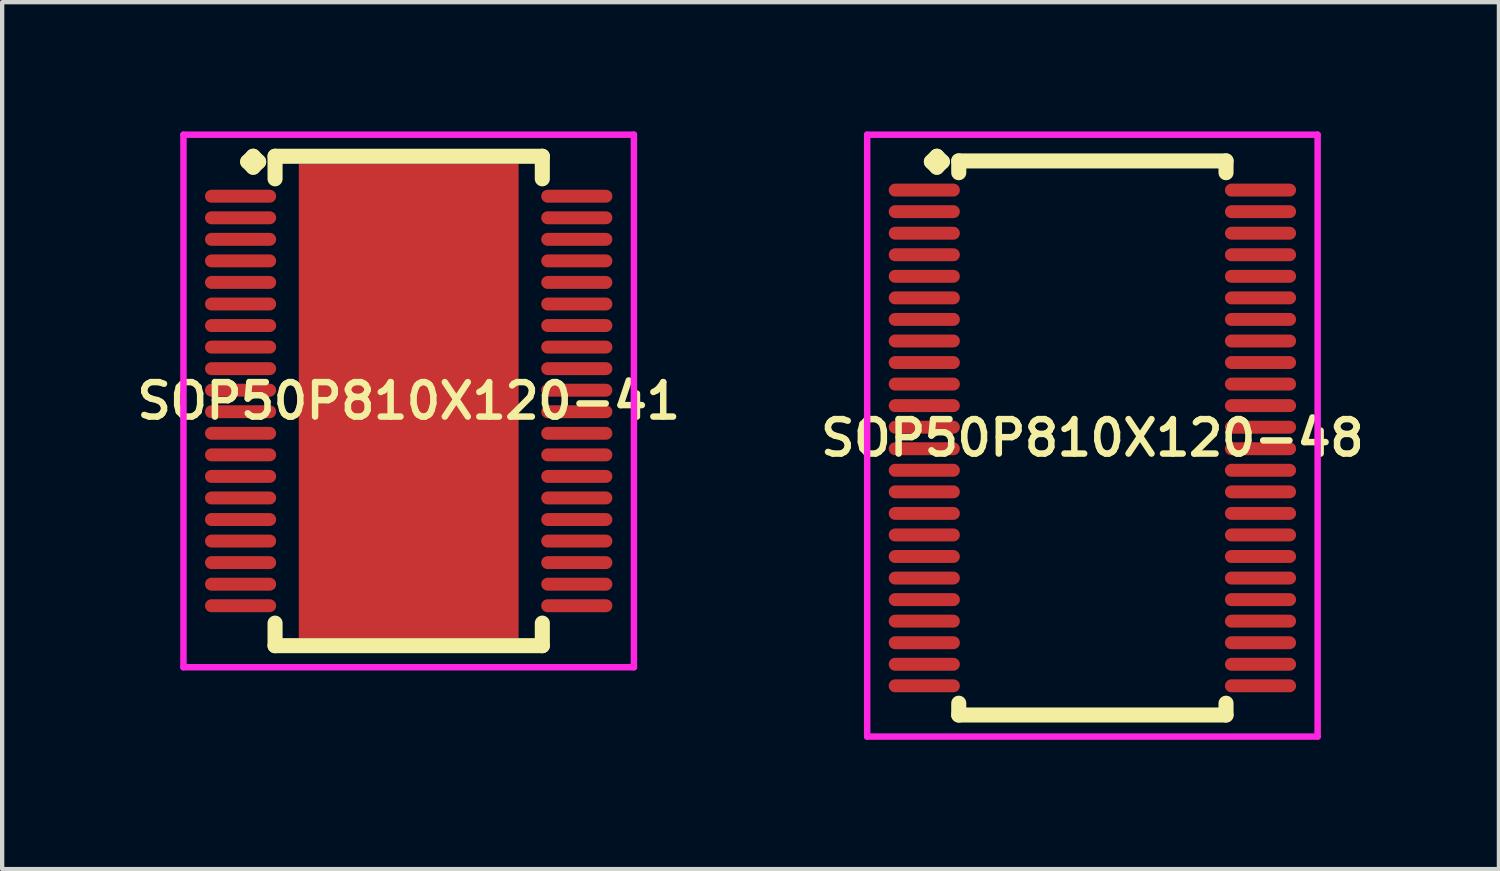
<source format=kicad_pcb>
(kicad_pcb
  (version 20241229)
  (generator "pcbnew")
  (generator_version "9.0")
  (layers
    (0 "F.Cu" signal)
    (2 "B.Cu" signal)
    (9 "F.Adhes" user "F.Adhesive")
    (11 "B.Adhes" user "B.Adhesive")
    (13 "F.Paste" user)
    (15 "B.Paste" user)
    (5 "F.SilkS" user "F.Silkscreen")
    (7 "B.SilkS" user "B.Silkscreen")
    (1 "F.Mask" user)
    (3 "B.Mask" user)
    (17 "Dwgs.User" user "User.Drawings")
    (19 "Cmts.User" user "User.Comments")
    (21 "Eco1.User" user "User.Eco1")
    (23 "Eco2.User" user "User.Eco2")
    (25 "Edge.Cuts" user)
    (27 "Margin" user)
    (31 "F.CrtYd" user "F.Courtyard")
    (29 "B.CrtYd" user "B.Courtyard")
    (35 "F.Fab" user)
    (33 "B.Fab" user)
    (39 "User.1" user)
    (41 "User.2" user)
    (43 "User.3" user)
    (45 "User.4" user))
  (footprint "SOP50P810X120-48"
    (layer "F.Cu")
    (at 22.292 7.11)
    (property "Reference" "SOP50P810X120-48" (at 0 0 0) (layer "F.SilkS") (effects (font (size 0.8 0.8) (thickness 0.15))))
    (attr smd)
    (fp_line (start -3.735 -6.408) (end -3.608 -6.535) (stroke (width 0.35) (type solid)) (layer "F.SilkS"))
    (fp_line (start -3.608 -6.535) (end -3.481 -6.408) (stroke (width 0.35) (type solid)) (layer "F.SilkS"))
    (fp_line (start -3.608 -6.281) (end -3.735 -6.408) (stroke (width 0.35) (type solid)) (layer "F.SilkS"))
    (fp_line (start -3.481 -6.408) (end -3.608 -6.281) (stroke (width 0.35) (type solid)) (layer "F.SilkS"))
    (fp_line (start -3.1 -6.427) (end 3.1 -6.427) (stroke (width 0.35) (type solid)) (layer "F.SilkS"))
    (fp_line (start -3.1 -6.154) (end -3.1 -6.427) (stroke (width 0.35) (type solid)) (layer "F.SilkS"))
    (fp_line (start -3.1 6.154) (end -3.1 6.427) (stroke (width 0.35) (type solid)) (layer "F.SilkS"))
    (fp_line (start -3.1 6.427) (end 3.1 6.427) (stroke (width 0.35) (type solid)) (layer "F.SilkS"))
    (fp_line (start 3.1 -6.427) (end 3.1 -6.154) (stroke (width 0.35) (type solid)) (layer "F.SilkS"))
    (fp_line (start 3.1 6.427) (end 3.1 6.154) (stroke (width 0.35) (type solid)) (layer "F.SilkS"))
    (fp_line (start -5.225 -7.035) (end 5.225 -7.035) (stroke (width 0.15) (type solid)) (layer "F.CrtYd"))
    (fp_line (start -5.225 6.927) (end -5.225 -7.035) (stroke (width 0.15) (type solid)) (layer "F.CrtYd"))
    (fp_line (start 5.225 -7.035) (end 5.225 6.927) (stroke (width 0.15) (type solid)) (layer "F.CrtYd"))
    (fp_line (start 5.225 6.927) (end -5.225 6.927) (stroke (width 0.15) (type solid)) (layer "F.CrtYd"))
    (pad "1" smd oval (at -3.9 -5.75) (size 1.65 0.3) (layers "F.Cu" "F.Mask" "F.Paste"))
    (pad "2" smd oval (at -3.9 -5.25) (size 1.65 0.3) (layers "F.Cu" "F.Mask" "F.Paste"))
    (pad "3" smd oval (at -3.9 -4.75) (size 1.65 0.3) (layers "F.Cu" "F.Mask" "F.Paste"))
    (pad "4" smd oval (at -3.9 -4.25) (size 1.65 0.3) (layers "F.Cu" "F.Mask" "F.Paste"))
    (pad "5" smd oval (at -3.9 -3.75) (size 1.65 0.3) (layers "F.Cu" "F.Mask" "F.Paste"))
    (pad "6" smd oval (at -3.9 -3.25) (size 1.65 0.3) (layers "F.Cu" "F.Mask" "F.Paste"))
    (pad "7" smd oval (at -3.9 -2.75) (size 1.65 0.3) (layers "F.Cu" "F.Mask" "F.Paste"))
    (pad "8" smd oval (at -3.9 -2.25) (size 1.65 0.3) (layers "F.Cu" "F.Mask" "F.Paste"))
    (pad "9" smd oval (at -3.9 -1.75) (size 1.65 0.3) (layers "F.Cu" "F.Mask" "F.Paste"))
    (pad "10" smd oval (at -3.9 -1.25) (size 1.65 0.3) (layers "F.Cu" "F.Mask" "F.Paste"))
    (pad "11" smd oval (at -3.9 -0.75) (size 1.65 0.3) (layers "F.Cu" "F.Mask" "F.Paste"))
    (pad "12" smd oval (at -3.9 -0.25) (size 1.65 0.3) (layers "F.Cu" "F.Mask" "F.Paste"))
    (pad "13" smd oval (at -3.9 0.25) (size 1.65 0.3) (layers "F.Cu" "F.Mask" "F.Paste"))
    (pad "14" smd oval (at -3.9 0.75) (size 1.65 0.3) (layers "F.Cu" "F.Mask" "F.Paste"))
    (pad "15" smd oval (at -3.9 1.25) (size 1.65 0.3) (layers "F.Cu" "F.Mask" "F.Paste"))
    (pad "16" smd oval (at -3.9 1.75) (size 1.65 0.3) (layers "F.Cu" "F.Mask" "F.Paste"))
    (pad "17" smd oval (at -3.9 2.25) (size 1.65 0.3) (layers "F.Cu" "F.Mask" "F.Paste"))
    (pad "18" smd oval (at -3.9 2.75) (size 1.65 0.3) (layers "F.Cu" "F.Mask" "F.Paste"))
    (pad "19" smd oval (at -3.9 3.25) (size 1.65 0.3) (layers "F.Cu" "F.Mask" "F.Paste"))
    (pad "20" smd oval (at -3.9 3.75) (size 1.65 0.3) (layers "F.Cu" "F.Mask" "F.Paste"))
    (pad "21" smd oval (at -3.9 4.25) (size 1.65 0.3) (layers "F.Cu" "F.Mask" "F.Paste"))
    (pad "22" smd oval (at -3.9 4.75) (size 1.65 0.3) (layers "F.Cu" "F.Mask" "F.Paste"))
    (pad "23" smd oval (at -3.9 5.25) (size 1.65 0.3) (layers "F.Cu" "F.Mask" "F.Paste"))
    (pad "24" smd oval (at -3.9 5.75) (size 1.65 0.3) (layers "F.Cu" "F.Mask" "F.Paste"))
    (pad "25" smd oval (at 3.9 5.75) (size 1.65 0.3) (layers "F.Cu" "F.Mask" "F.Paste"))
    (pad "26" smd oval (at 3.9 5.25) (size 1.65 0.3) (layers "F.Cu" "F.Mask" "F.Paste"))
    (pad "27" smd oval (at 3.9 4.75) (size 1.65 0.3) (layers "F.Cu" "F.Mask" "F.Paste"))
    (pad "28" smd oval (at 3.9 4.25) (size 1.65 0.3) (layers "F.Cu" "F.Mask" "F.Paste"))
    (pad "29" smd oval (at 3.9 3.75) (size 1.65 0.3) (layers "F.Cu" "F.Mask" "F.Paste"))
    (pad "30" smd oval (at 3.9 3.25) (size 1.65 0.3) (layers "F.Cu" "F.Mask" "F.Paste"))
    (pad "31" smd oval (at 3.9 2.75) (size 1.65 0.3) (layers "F.Cu" "F.Mask" "F.Paste"))
    (pad "32" smd oval (at 3.9 2.25) (size 1.65 0.3) (layers "F.Cu" "F.Mask" "F.Paste"))
    (pad "33" smd oval (at 3.9 1.75) (size 1.65 0.3) (layers "F.Cu" "F.Mask" "F.Paste"))
    (pad "34" smd oval (at 3.9 1.25) (size 1.65 0.3) (layers "F.Cu" "F.Mask" "F.Paste"))
    (pad "35" smd oval (at 3.9 0.75) (size 1.65 0.3) (layers "F.Cu" "F.Mask" "F.Paste"))
    (pad "36" smd oval (at 3.9 0.25) (size 1.65 0.3) (layers "F.Cu" "F.Mask" "F.Paste"))
    (pad "37" smd oval (at 3.9 -0.25) (size 1.65 0.3) (layers "F.Cu" "F.Mask" "F.Paste"))
    (pad "38" smd oval (at 3.9 -0.75) (size 1.65 0.3) (layers "F.Cu" "F.Mask" "F.Paste"))
    (pad "39" smd oval (at 3.9 -1.25) (size 1.65 0.3) (layers "F.Cu" "F.Mask" "F.Paste"))
    (pad "40" smd oval (at 3.9 -1.75) (size 1.65 0.3) (layers "F.Cu" "F.Mask" "F.Paste"))
    (pad "41" smd oval (at 3.9 -2.25) (size 1.65 0.3) (layers "F.Cu" "F.Mask" "F.Paste"))
    (pad "42" smd oval (at 3.9 -2.75) (size 1.65 0.3) (layers "F.Cu" "F.Mask" "F.Paste"))
    (pad "43" smd oval (at 3.9 -3.25) (size 1.65 0.3) (layers "F.Cu" "F.Mask" "F.Paste"))
    (pad "44" smd oval (at 3.9 -3.75) (size 1.65 0.3) (layers "F.Cu" "F.Mask" "F.Paste"))
    (pad "45" smd oval (at 3.9 -4.25) (size 1.65 0.3) (layers "F.Cu" "F.Mask" "F.Paste"))
    (pad "46" smd oval (at 3.9 -4.75) (size 1.65 0.3) (layers "F.Cu" "F.Mask" "F.Paste"))
    (pad "47" smd oval (at 3.9 -5.25) (size 1.65 0.3) (layers "F.Cu" "F.Mask" "F.Paste"))
    (pad "48" smd oval (at 3.9 -5.75) (size 1.65 0.3) (layers "F.Cu" "F.Mask" "F.Paste")))
  (footprint "SOP50P810X120-41"
    (layer "F.Cu")
    (at 6.431 6.252)
    (property "Reference" "SOP50P810X120-41" (at 0 0 0) (layer "F.SilkS") (effects (font (size 0.8 0.8) (thickness 0.15))))
    (attr smd)
    (fp_line (start -3.735 -5.55) (end -3.608 -5.677) (stroke (width 0.35) (type solid)) (layer "F.SilkS"))
    (fp_line (start -3.608 -5.677) (end -3.481 -5.55) (stroke (width 0.35) (type solid)) (layer "F.SilkS"))
    (fp_line (start -3.608 -5.423) (end -3.735 -5.55) (stroke (width 0.35) (type solid)) (layer "F.SilkS"))
    (fp_line (start -3.481 -5.55) (end -3.608 -5.423) (stroke (width 0.35) (type solid)) (layer "F.SilkS"))
    (fp_line (start -3.1 -5.677) (end 3.1 -5.677) (stroke (width 0.35) (type solid)) (layer "F.SilkS"))
    (fp_line (start -3.1 -5.154) (end -3.1 -5.677) (stroke (width 0.35) (type solid)) (layer "F.SilkS"))
    (fp_line (start -3.1 5.154) (end -3.1 5.677) (stroke (width 0.35) (type solid)) (layer "F.SilkS"))
    (fp_line (start -3.1 5.677) (end 3.1 5.677) (stroke (width 0.35) (type solid)) (layer "F.SilkS"))
    (fp_line (start 3.1 -5.677) (end 3.1 -5.154) (stroke (width 0.35) (type solid)) (layer "F.SilkS"))
    (fp_line (start 3.1 5.677) (end 3.1 5.154) (stroke (width 0.35) (type solid)) (layer "F.SilkS"))
    (fp_line (start -5.225 -6.177) (end 5.225 -6.177) (stroke (width 0.15) (type solid)) (layer "F.CrtYd"))
    (fp_line (start -5.225 6.177) (end -5.225 -6.177) (stroke (width 0.15) (type solid)) (layer "F.CrtYd"))
    (fp_line (start 5.225 -6.177) (end 5.225 6.177) (stroke (width 0.15) (type solid)) (layer "F.CrtYd"))
    (fp_line (start 5.225 6.177) (end -5.225 6.177) (stroke (width 0.15) (type solid)) (layer "F.CrtYd"))
    (pad "1" smd oval (at -3.9 -4.75) (size 1.65 0.3) (layers "F.Cu" "F.Mask" "F.Paste"))
    (pad "2" smd oval (at -3.9 -4.25) (size 1.65 0.3) (layers "F.Cu" "F.Mask" "F.Paste"))
    (pad "3" smd oval (at -3.9 -3.75) (size 1.65 0.3) (layers "F.Cu" "F.Mask" "F.Paste"))
    (pad "4" smd oval (at -3.9 -3.25) (size 1.65 0.3) (layers "F.Cu" "F.Mask" "F.Paste"))
    (pad "5" smd oval (at -3.9 -2.75) (size 1.65 0.3) (layers "F.Cu" "F.Mask" "F.Paste"))
    (pad "6" smd oval (at -3.9 -2.25) (size 1.65 0.3) (layers "F.Cu" "F.Mask" "F.Paste"))
    (pad "7" smd oval (at -3.9 -1.75) (size 1.65 0.3) (layers "F.Cu" "F.Mask" "F.Paste"))
    (pad "8" smd oval (at -3.9 -1.25) (size 1.65 0.3) (layers "F.Cu" "F.Mask" "F.Paste"))
    (pad "9" smd oval (at -3.9 -0.75) (size 1.65 0.3) (layers "F.Cu" "F.Mask" "F.Paste"))
    (pad "10" smd oval (at -3.9 -0.25) (size 1.65 0.3) (layers "F.Cu" "F.Mask" "F.Paste"))
    (pad "11" smd oval (at -3.9 0.25) (size 1.65 0.3) (layers "F.Cu" "F.Mask" "F.Paste"))
    (pad "12" smd oval (at -3.9 0.75) (size 1.65 0.3) (layers "F.Cu" "F.Mask" "F.Paste"))
    (pad "13" smd oval (at -3.9 1.25) (size 1.65 0.3) (layers "F.Cu" "F.Mask" "F.Paste"))
    (pad "14" smd oval (at -3.9 1.75) (size 1.65 0.3) (layers "F.Cu" "F.Mask" "F.Paste"))
    (pad "15" smd oval (at -3.9 2.25) (size 1.65 0.3) (layers "F.Cu" "F.Mask" "F.Paste"))
    (pad "16" smd oval (at -3.9 2.75) (size 1.65 0.3) (layers "F.Cu" "F.Mask" "F.Paste"))
    (pad "17" smd oval (at -3.9 3.25) (size 1.65 0.3) (layers "F.Cu" "F.Mask" "F.Paste"))
    (pad "18" smd oval (at -3.9 3.75) (size 1.65 0.3) (layers "F.Cu" "F.Mask" "F.Paste"))
    (pad "19" smd oval (at -3.9 4.25) (size 1.65 0.3) (layers "F.Cu" "F.Mask" "F.Paste"))
    (pad "20" smd oval (at -3.9 4.75) (size 1.65 0.3) (layers "F.Cu" "F.Mask" "F.Paste"))
    (pad "21" smd oval (at 3.9 4.75) (size 1.65 0.3) (layers "F.Cu" "F.Mask" "F.Paste"))
    (pad "22" smd oval (at 3.9 4.25) (size 1.65 0.3) (layers "F.Cu" "F.Mask" "F.Paste"))
    (pad "23" smd oval (at 3.9 3.75) (size 1.65 0.3) (layers "F.Cu" "F.Mask" "F.Paste"))
    (pad "24" smd oval (at 3.9 3.25) (size 1.65 0.3) (layers "F.Cu" "F.Mask" "F.Paste"))
    (pad "25" smd oval (at 3.9 2.75) (size 1.65 0.3) (layers "F.Cu" "F.Mask" "F.Paste"))
    (pad "26" smd oval (at 3.9 2.25) (size 1.65 0.3) (layers "F.Cu" "F.Mask" "F.Paste"))
    (pad "27" smd oval (at 3.9 1.75) (size 1.65 0.3) (layers "F.Cu" "F.Mask" "F.Paste"))
    (pad "28" smd oval (at 3.9 1.25) (size 1.65 0.3) (layers "F.Cu" "F.Mask" "F.Paste"))
    (pad "29" smd oval (at 3.9 0.75) (size 1.65 0.3) (layers "F.Cu" "F.Mask" "F.Paste"))
    (pad "30" smd oval (at 3.9 0.25) (size 1.65 0.3) (layers "F.Cu" "F.Mask" "F.Paste"))
    (pad "31" smd oval (at 3.9 -0.25) (size 1.65 0.3) (layers "F.Cu" "F.Mask" "F.Paste"))
    (pad "32" smd oval (at 3.9 -0.75) (size 1.65 0.3) (layers "F.Cu" "F.Mask" "F.Paste"))
    (pad "33" smd oval (at 3.9 -1.25) (size 1.65 0.3) (layers "F.Cu" "F.Mask" "F.Paste"))
    (pad "34" smd oval (at 3.9 -1.75) (size 1.65 0.3) (layers "F.Cu" "F.Mask" "F.Paste"))
    (pad "35" smd oval (at 3.9 -2.25) (size 1.65 0.3) (layers "F.Cu" "F.Mask" "F.Paste"))
    (pad "36" smd oval (at 3.9 -2.75) (size 1.65 0.3) (layers "F.Cu" "F.Mask" "F.Paste"))
    (pad "37" smd oval (at 3.9 -3.25) (size 1.65 0.3) (layers "F.Cu" "F.Mask" "F.Paste"))
    (pad "38" smd oval (at 3.9 -3.75) (size 1.65 0.3) (layers "F.Cu" "F.Mask" "F.Paste"))
    (pad "39" smd oval (at 3.9 -4.25) (size 1.65 0.3) (layers "F.Cu" "F.Mask" "F.Paste"))
    (pad "40" smd oval (at 3.9 -4.75) (size 1.65 0.3) (layers "F.Cu" "F.Mask" "F.Paste"))
    (pad "41" smd rect (at 0 0) (size 5.1 11) (layers "F.Cu" "F.Mask" "F.Paste")))
  (gr_rect
    (start -3 -3)
    (end 31.723 17.112)
    (stroke (width 0.1) (type default))
    (fill no)
    (layer "Edge.Cuts")))
</source>
